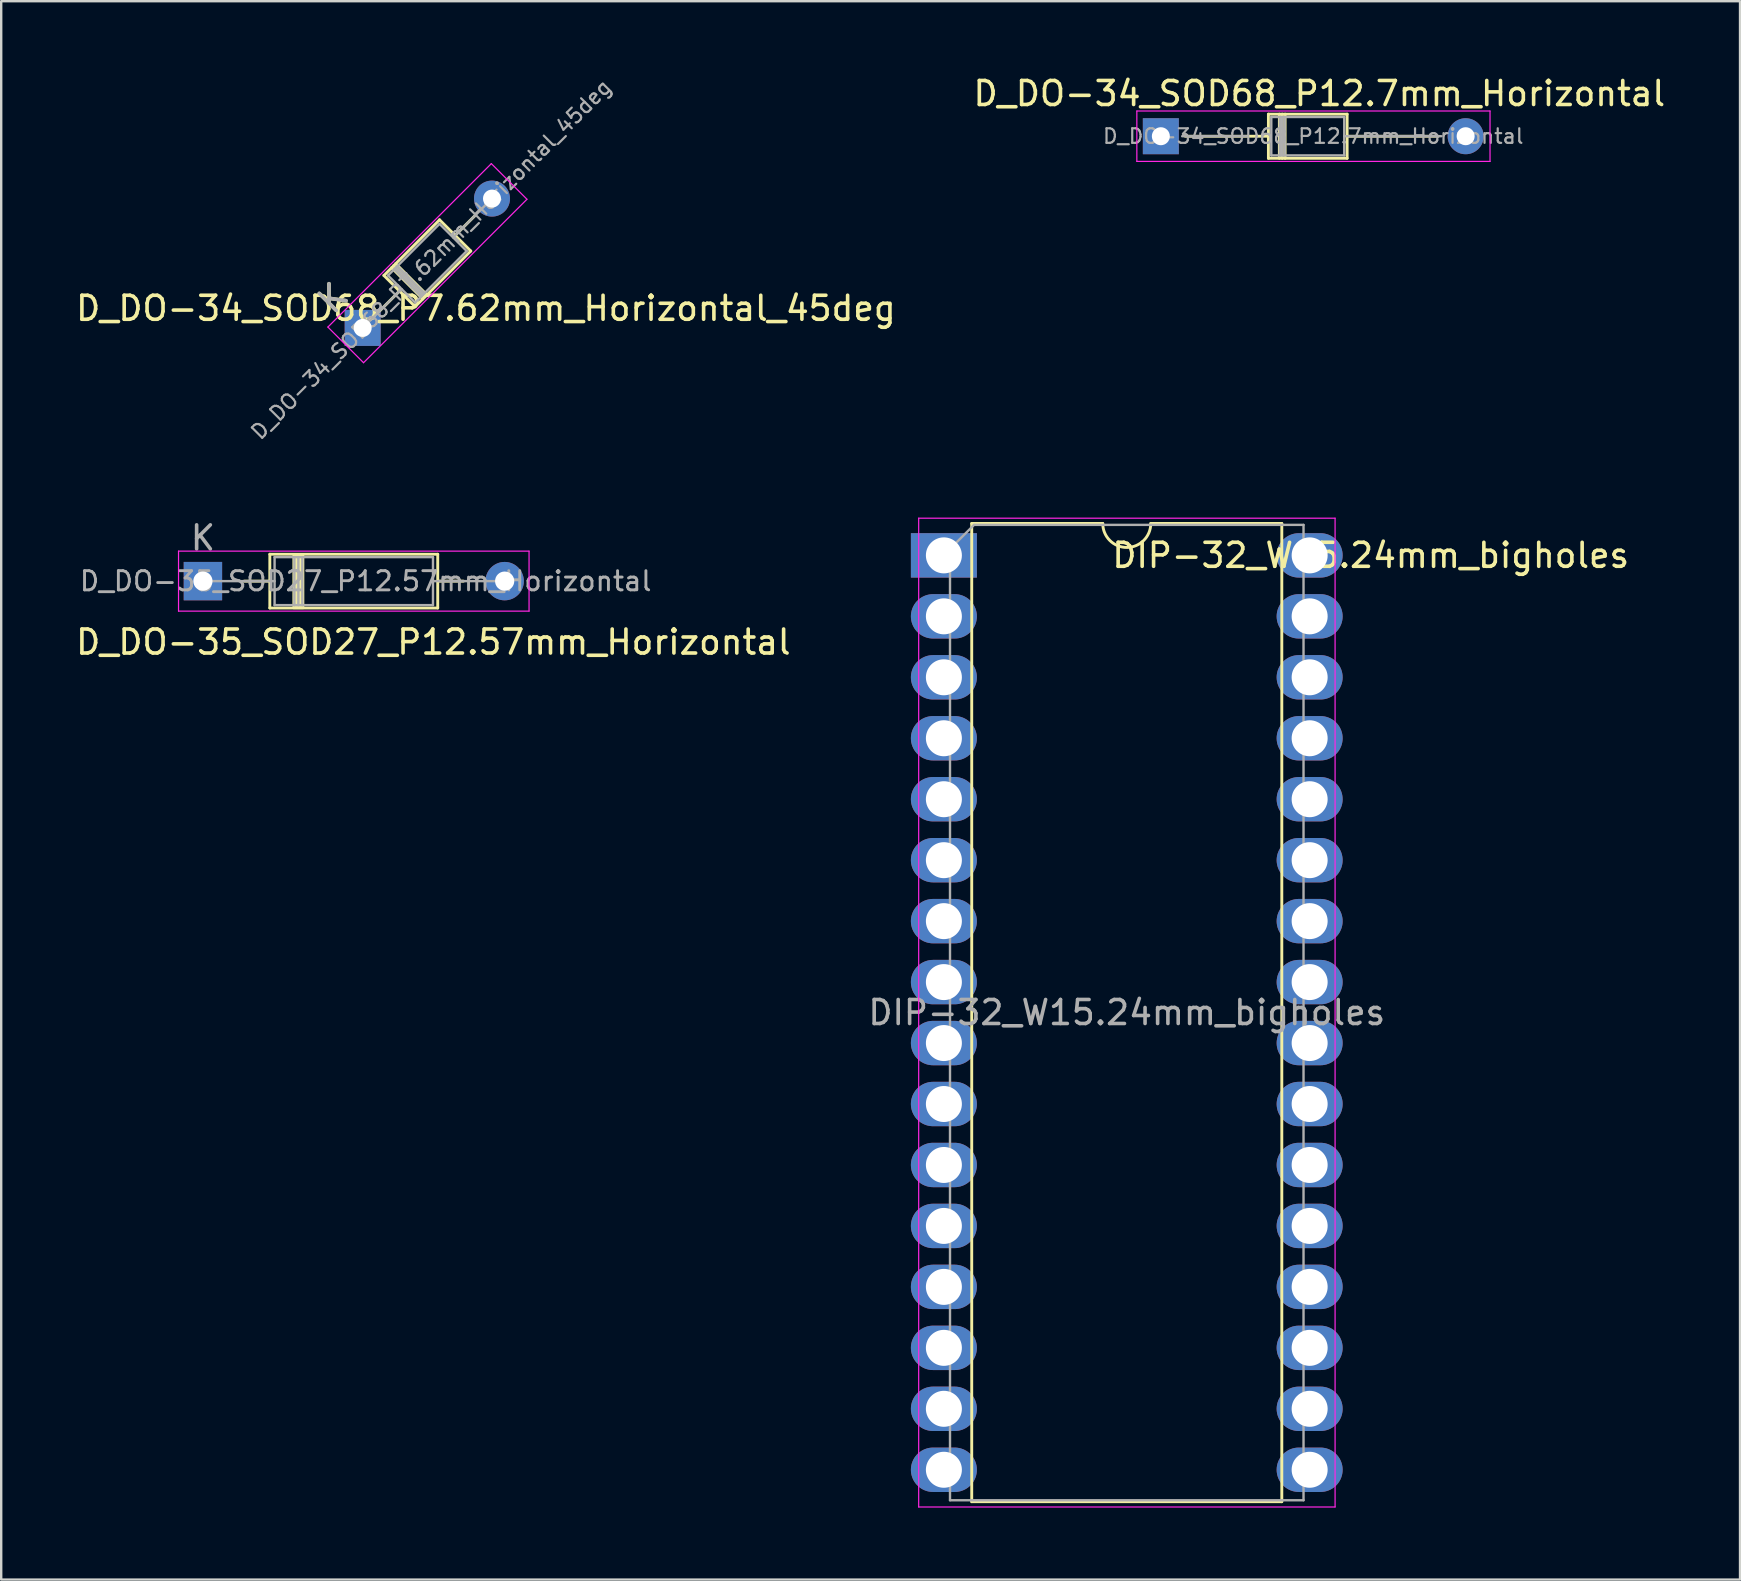
<source format=kicad_pcb>
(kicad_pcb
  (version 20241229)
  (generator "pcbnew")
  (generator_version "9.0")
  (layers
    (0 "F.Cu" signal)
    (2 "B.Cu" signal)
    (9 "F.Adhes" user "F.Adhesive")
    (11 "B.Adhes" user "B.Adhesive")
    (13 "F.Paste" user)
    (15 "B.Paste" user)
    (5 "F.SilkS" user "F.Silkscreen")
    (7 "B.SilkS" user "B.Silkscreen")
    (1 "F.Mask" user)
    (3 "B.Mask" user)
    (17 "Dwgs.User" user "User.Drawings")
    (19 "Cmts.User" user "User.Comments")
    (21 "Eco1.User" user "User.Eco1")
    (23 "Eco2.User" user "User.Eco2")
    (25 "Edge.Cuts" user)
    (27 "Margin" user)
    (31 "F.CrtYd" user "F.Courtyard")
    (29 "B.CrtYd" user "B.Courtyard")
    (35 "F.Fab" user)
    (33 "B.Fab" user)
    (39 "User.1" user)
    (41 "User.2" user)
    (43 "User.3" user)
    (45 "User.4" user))
  (footprint "D_DO-34_SOD68_P12.7mm_Horizontal"
    (layer "F.Cu")
    (at 45.319 2.626)
    (property "Reference" "D_DO-34_SOD68_P12.7mm_Horizontal" (at 6.604 -1.778 180) (layer "F.SilkS") (effects (font (size 1 1) (thickness 0.15))))
    (attr through_hole)
    (fp_line (start 1.016 0) (end 4.482 0) (stroke (width 0.12) (type solid)) (layer "F.SilkS"))
    (fp_line (start 4.482 -0.92) (end 4.482 0.92) (stroke (width 0.12) (type solid)) (layer "F.SilkS"))
    (fp_line (start 4.482 0.92) (end 7.762 0.92) (stroke (width 0.12) (type solid)) (layer "F.SilkS"))
    (fp_line (start 4.938 -0.92) (end 4.938 0.92) (stroke (width 0.12) (type solid)) (layer "F.SilkS"))
    (fp_line (start 5.058 -0.92) (end 5.058 0.92) (stroke (width 0.12) (type solid)) (layer "F.SilkS"))
    (fp_line (start 5.178 -0.92) (end 5.178 0.92) (stroke (width 0.12) (type solid)) (layer "F.SilkS"))
    (fp_line (start 7.762 -0.92) (end 4.482 -0.92) (stroke (width 0.12) (type solid)) (layer "F.SilkS"))
    (fp_line (start 7.762 0.92) (end 7.762 -0.92) (stroke (width 0.12) (type solid)) (layer "F.SilkS"))
    (fp_line (start 11.557 0) (end 7.762 0) (stroke (width 0.12) (type solid)) (layer "F.SilkS"))
    (fp_line (start -1 -1.05) (end -1 1.05) (stroke (width 0.05) (type solid)) (layer "F.CrtYd"))
    (fp_line (start -1 1.05) (end 13.716 1.05) (stroke (width 0.05) (type solid)) (layer "F.CrtYd"))
    (fp_line (start 13.716 -1.05) (end -1 -1.05) (stroke (width 0.05) (type solid)) (layer "F.CrtYd"))
    (fp_line (start 13.716 1.05) (end 13.716 -1.05) (stroke (width 0.05) (type solid)) (layer "F.CrtYd"))
    (fp_line (start 0.889 0) (end 3.56 0) (stroke (width 0.1) (type solid)) (layer "F.Fab"))
    (fp_line (start 4.602 -0.8) (end 4.602 0.8) (stroke (width 0.1) (type solid)) (layer "F.Fab"))
    (fp_line (start 4.602 0.8) (end 7.642 0.8) (stroke (width 0.1) (type solid)) (layer "F.Fab"))
    (fp_line (start 4.958 -0.8) (end 4.958 0.8) (stroke (width 0.1) (type solid)) (layer "F.Fab"))
    (fp_line (start 5.058 -0.8) (end 5.058 0.8) (stroke (width 0.1) (type solid)) (layer "F.Fab"))
    (fp_line (start 5.158 -0.8) (end 5.158 0.8) (stroke (width 0.1) (type solid)) (layer "F.Fab"))
    (fp_line (start 7.642 -0.8) (end 4.602 -0.8) (stroke (width 0.1) (type solid)) (layer "F.Fab"))
    (fp_line (start 7.642 0.8) (end 7.642 -0.8) (stroke (width 0.1) (type solid)) (layer "F.Fab"))
    (fp_line (start 11.684 0) (end 7.642 0) (stroke (width 0.1) (type solid)) (layer "F.Fab"))
    (fp_text user "${REFERENCE}" (at 6.35 0 180) (layer "F.Fab") (effects (font (size 0.608 0.608) (thickness 0.091))))
    (pad "1" thru_hole rect (at 0 0) (size 1.5 1.5) (drill 0.75) (layers "*.Cu" "*.Mask"))
    (pad "2" thru_hole oval (at 12.7 0) (size 1.5 1.5) (drill 0.75) (layers "*.Cu" "*.Mask")))
  (footprint "D_DO-35_SOD27_P12.57mm_Horizontal"
    (layer "F.Cu")
    (at 5.405 21.164)
    (property "Reference" "D_DO-35_SOD27_P12.57mm_Horizontal" (at 9.601 2.54 0) (layer "F.SilkS") (effects (font (size 1 1) (thickness 0.15))))
    (attr through_hole)
    (fp_line (start 1.716 0) (end 2.788 0) (stroke (width 0.12) (type solid)) (layer "F.SilkS"))
    (fp_line (start 2.788 -1.12) (end 2.788 1.12) (stroke (width 0.12) (type solid)) (layer "F.SilkS"))
    (fp_line (start 2.788 1.12) (end 9.784 1.12) (stroke (width 0.12) (type solid)) (layer "F.SilkS"))
    (fp_line (start 9.784 -1.12) (end 2.788 -1.12) (stroke (width 0.12) (type solid)) (layer "F.SilkS"))
    (fp_line (start 9.784 1.12) (end 9.784 -1.12) (stroke (width 0.12) (type solid)) (layer "F.SilkS"))
    (fp_line (start 10.857 0) (end 9.784 0) (stroke (width 0.12) (type solid)) (layer "F.SilkS"))
    (fp_rect (start 3.779 -1.12) (end 4.175 1.12) (stroke (width 0.1) (type solid)) (fill yes) (layer "F.SilkS"))
    (fp_line (start -1.016 -1.25) (end -1.016 1.25) (stroke (width 0.05) (type solid)) (layer "F.CrtYd"))
    (fp_line (start -1.016 1.25) (end 13.589 1.25) (stroke (width 0.05) (type solid)) (layer "F.CrtYd"))
    (fp_line (start 13.589 -1.25) (end -1.016 -1.25) (stroke (width 0.05) (type solid)) (layer "F.CrtYd"))
    (fp_line (start 13.589 1.25) (end 13.589 -1.25) (stroke (width 0.05) (type solid)) (layer "F.CrtYd"))
    (fp_line (start 0 0) (end 2.986 0) (stroke (width 0.1) (type solid)) (layer "F.Fab"))
    (fp_line (start 2.986 -1) (end 2.986 1) (stroke (width 0.1) (type solid)) (layer "F.Fab"))
    (fp_line (start 2.986 1) (end 9.586 1) (stroke (width 0.1) (type solid)) (layer "F.Fab"))
    (fp_line (start 3.812 -1) (end 3.812 1) (stroke (width 0.1) (type solid)) (layer "F.Fab"))
    (fp_line (start 3.977 -1) (end 3.977 1) (stroke (width 0.1) (type solid)) (layer "F.Fab"))
    (fp_line (start 4.141 -1) (end 4.141 1) (stroke (width 0.1) (type solid)) (layer "F.Fab"))
    (fp_line (start 9.586 -1) (end 2.986 -1) (stroke (width 0.1) (type solid)) (layer "F.Fab"))
    (fp_line (start 9.586 1) (end 9.586 -1) (stroke (width 0.1) (type solid)) (layer "F.Fab"))
    (fp_line (start 12.573 0) (end 9.586 0) (stroke (width 0.1) (type solid)) (layer "F.Fab"))
    (fp_text user "${REFERENCE}" (at 6.782 0 0) (layer "F.Fab") (effects (font (size 0.8 0.8) (thickness 0.12))))
    (fp_text user "K" (at 0 -1.8 0) (layer "F.Fab") (effects (font (size 1 1) (thickness 0.15))))
    (pad "1" thru_hole rect (at 0 0) (size 1.6 1.6) (drill 0.8) (layers "*.Cu" "*.Mask"))
    (pad "2" thru_hole oval (at 12.573 0) (size 1.6 1.6) (drill 0.8) (layers "*.Cu" "*.Mask")))
  (footprint "D_DO-34_SOD68_P7.62mm_Horizontal_45deg"
    (layer "F.Cu")
    (at 12.062 10.613)
    (property "Reference" "D_DO-34_SOD68_P7.62mm_Horizontal_45deg" (at 5.134 -0.816 0) (layer "F.SilkS") (effects (font (size 1 1) (thickness 0.15))))
    (attr through_hole)
    (fp_line (start 0.7 -0.7) (end 1.534 -1.534) (stroke (width 0.12) (type solid)) (layer "F.SilkS"))
    (fp_line (start 0.884 -2.185) (end 2.185 -0.884) (stroke (width 0.12) (type solid)) (layer "F.SilkS"))
    (fp_line (start 1.206 -2.507) (end 2.507 -1.206) (stroke (width 0.12) (type solid)) (layer "F.SilkS"))
    (fp_line (start 1.291 -2.592) (end 2.592 -1.291) (stroke (width 0.12) (type solid)) (layer "F.SilkS"))
    (fp_line (start 1.376 -2.677) (end 2.677 -1.376) (stroke (width 0.12) (type solid)) (layer "F.SilkS"))
    (fp_line (start 2.185 -0.884) (end 4.504 -3.203) (stroke (width 0.12) (type solid)) (layer "F.SilkS"))
    (fp_line (start 3.203 -4.504) (end 0.884 -2.185) (stroke (width 0.12) (type solid)) (layer "F.SilkS"))
    (fp_line (start 4.504 -3.203) (end 3.203 -4.504) (stroke (width 0.12) (type solid)) (layer "F.SilkS"))
    (fp_line (start 4.688 -4.688) (end 3.854 -3.854) (stroke (width 0.12) (type solid)) (layer "F.SilkS"))
    (fp_line (start -1.45 -0.035) (end 0.035 1.45) (stroke (width 0.05) (type solid)) (layer "F.CrtYd"))
    (fp_line (start 0.035 1.45) (end 6.845 -5.36) (stroke (width 0.05) (type solid)) (layer "F.CrtYd"))
    (fp_line (start 5.36 -6.845) (end -1.45 -0.035) (stroke (width 0.05) (type solid)) (layer "F.CrtYd"))
    (fp_line (start 6.845 -5.36) (end 5.36 -6.845) (stroke (width 0.05) (type solid)) (layer "F.CrtYd"))
    (fp_line (start 0 0) (end 1.619 -1.619) (stroke (width 0.1) (type solid)) (layer "F.Fab"))
    (fp_line (start 1.054 -2.185) (end 2.185 -1.054) (stroke (width 0.1) (type solid)) (layer "F.Fab"))
    (fp_line (start 1.305 -2.437) (end 2.437 -1.305) (stroke (width 0.1) (type solid)) (layer "F.Fab"))
    (fp_line (start 1.376 -2.507) (end 2.507 -1.376) (stroke (width 0.1) (type solid)) (layer "F.Fab"))
    (fp_line (start 1.447 -2.578) (end 2.578 -1.447) (stroke (width 0.1) (type solid)) (layer "F.Fab"))
    (fp_line (start 2.185 -1.054) (end 4.335 -3.203) (stroke (width 0.1) (type solid)) (layer "F.Fab"))
    (fp_line (start 3.203 -4.335) (end 1.054 -2.185) (stroke (width 0.1) (type solid)) (layer "F.Fab"))
    (fp_line (start 4.335 -3.203) (end 3.203 -4.335) (stroke (width 0.1) (type solid)) (layer "F.Fab"))
    (fp_line (start 5.388 -5.388) (end 3.769 -3.769) (stroke (width 0.1) (type solid)) (layer "F.Fab"))
    (fp_text user "K" (at -1.237 -1.237 45) (layer "F.SilkS") (effects (font (size 1 1) (thickness 0.15))))
    (fp_text user "${REFERENCE}" (at 2.855 -2.855 45) (layer "F.Fab") (effects (font (size 0.608 0.608) (thickness 0.091))))
    (fp_text user "K" (at -1.237 -1.237 45) (layer "F.Fab") (effects (font (size 1 1) (thickness 0.15))))
    (pad "1" thru_hole rect (at 0 0) (size 1.5 1.5) (drill 0.75) (layers "*.Cu" "*.Mask"))
    (pad "2" thru_hole oval (at 5.388 -5.388 45) (size 1.5 1.5) (drill 0.75) (layers "*.Cu" "*.Mask")))
  (footprint "DIP-32_W15.24mm_bigholes"
    (layer "F.Cu")
    (at 36.279 20.091)
    (property "Reference" "DIP-32_W15.24mm_bigholes" (at 17.785 0 0) (layer "F.SilkS") (effects (font (size 1 1) (thickness 0.15))))
    (attr through_hole)
    (fp_line (start 1.16 -1.33) (end 1.16 39.43) (stroke (width 0.12) (type solid)) (layer "F.SilkS"))
    (fp_line (start 1.16 39.43) (end 14.08 39.43) (stroke (width 0.12) (type solid)) (layer "F.SilkS"))
    (fp_line (start 6.62 -1.33) (end 1.16 -1.33) (stroke (width 0.12) (type solid)) (layer "F.SilkS"))
    (fp_line (start 14.08 -1.33) (end 8.62 -1.33) (stroke (width 0.12) (type solid)) (layer "F.SilkS"))
    (fp_line (start 14.08 39.43) (end 14.08 -1.33) (stroke (width 0.12) (type solid)) (layer "F.SilkS"))
    (fp_arc (start 8.62 -1.33) (mid 7.62 -0.33) (end 6.62 -1.33) (stroke (width 0.12) (type solid)) (layer "F.SilkS"))
    (fp_line (start -1.05 -1.55) (end -1.05 39.65) (stroke (width 0.05) (type solid)) (layer "F.CrtYd"))
    (fp_line (start -1.05 39.65) (end 16.3 39.65) (stroke (width 0.05) (type solid)) (layer "F.CrtYd"))
    (fp_line (start 16.3 -1.55) (end -1.05 -1.55) (stroke (width 0.05) (type solid)) (layer "F.CrtYd"))
    (fp_line (start 16.3 39.65) (end 16.3 -1.55) (stroke (width 0.05) (type solid)) (layer "F.CrtYd"))
    (fp_line (start 0.255 -0.27) (end 1.255 -1.27) (stroke (width 0.1) (type solid)) (layer "F.Fab"))
    (fp_line (start 0.255 39.37) (end 0.255 -0.27) (stroke (width 0.1) (type solid)) (layer "F.Fab"))
    (fp_line (start 1.255 -1.27) (end 14.985 -1.27) (stroke (width 0.1) (type solid)) (layer "F.Fab"))
    (fp_line (start 14.985 -1.27) (end 14.985 39.37) (stroke (width 0.1) (type solid)) (layer "F.Fab"))
    (fp_line (start 14.985 39.37) (end 0.255 39.37) (stroke (width 0.1) (type solid)) (layer "F.Fab"))
    (fp_text user "${REFERENCE}" (at 7.62 19.05 0) (layer "F.Fab") (effects (font (size 1 1) (thickness 0.15))))
    (pad "1" thru_hole rect (at 0 0) (size 2.75 1.85) (drill 1.5) (layers "*.Cu" "*.Mask"))
    (pad "2" thru_hole oval (at 0 2.54) (size 2.75 1.85) (drill 1.5) (layers "*.Cu" "*.Mask"))
    (pad "3" thru_hole oval (at 0 5.08) (size 2.75 1.85) (drill 1.5) (layers "*.Cu" "*.Mask"))
    (pad "4" thru_hole oval (at 0 7.62) (size 2.75 1.85) (drill 1.5) (layers "*.Cu" "*.Mask"))
    (pad "5" thru_hole oval (at 0 10.16) (size 2.75 1.85) (drill 1.5) (layers "*.Cu" "*.Mask"))
    (pad "6" thru_hole oval (at 0 12.7) (size 2.75 1.85) (drill 1.5) (layers "*.Cu" "*.Mask"))
    (pad "7" thru_hole oval (at 0 15.24) (size 2.75 1.85) (drill 1.5) (layers "*.Cu" "*.Mask"))
    (pad "8" thru_hole oval (at 0 17.78) (size 2.75 1.85) (drill 1.5) (layers "*.Cu" "*.Mask"))
    (pad "9" thru_hole oval (at 0 20.32) (size 2.75 1.85) (drill 1.5) (layers "*.Cu" "*.Mask"))
    (pad "10" thru_hole oval (at 0 22.86) (size 2.75 1.85) (drill 1.5) (layers "*.Cu" "*.Mask"))
    (pad "11" thru_hole oval (at 0 25.4) (size 2.75 1.85) (drill 1.5) (layers "*.Cu" "*.Mask"))
    (pad "12" thru_hole oval (at 0 27.94) (size 2.75 1.85) (drill 1.5) (layers "*.Cu" "*.Mask"))
    (pad "13" thru_hole oval (at 0 30.48) (size 2.75 1.85) (drill 1.5) (layers "*.Cu" "*.Mask"))
    (pad "14" thru_hole oval (at 0 33.02) (size 2.75 1.85) (drill 1.5) (layers "*.Cu" "*.Mask"))
    (pad "15" thru_hole oval (at 0 35.56) (size 2.75 1.85) (drill 1.5) (layers "*.Cu" "*.Mask"))
    (pad "16" thru_hole oval (at 0 38.1) (size 2.75 1.85) (drill 1.5) (layers "*.Cu" "*.Mask"))
    (pad "17" thru_hole oval (at 15.24 38.1) (size 2.75 1.85) (drill 1.5) (layers "*.Cu" "*.Mask"))
    (pad "18" thru_hole oval (at 15.24 35.56) (size 2.75 1.85) (drill 1.5) (layers "*.Cu" "*.Mask"))
    (pad "19" thru_hole oval (at 15.24 33.02) (size 2.75 1.85) (drill 1.5) (layers "*.Cu" "*.Mask"))
    (pad "20" thru_hole oval (at 15.24 30.48) (size 2.75 1.85) (drill 1.5) (layers "*.Cu" "*.Mask"))
    (pad "21" thru_hole oval (at 15.24 27.94) (size 2.75 1.85) (drill 1.5) (layers "*.Cu" "*.Mask"))
    (pad "22" thru_hole oval (at 15.24 25.4) (size 2.75 1.85) (drill 1.5) (layers "*.Cu" "*.Mask"))
    (pad "23" thru_hole oval (at 15.24 22.86) (size 2.75 1.85) (drill 1.5) (layers "*.Cu" "*.Mask"))
    (pad "24" thru_hole oval (at 15.24 20.32) (size 2.75 1.85) (drill 1.5) (layers "*.Cu" "*.Mask"))
    (pad "25" thru_hole oval (at 15.24 17.78) (size 2.75 1.85) (drill 1.5) (layers "*.Cu" "*.Mask"))
    (pad "26" thru_hole oval (at 15.24 15.24) (size 2.75 1.85) (drill 1.5) (layers "*.Cu" "*.Mask"))
    (pad "27" thru_hole oval (at 15.24 12.7) (size 2.75 1.85) (drill 1.5) (layers "*.Cu" "*.Mask"))
    (pad "28" thru_hole oval (at 15.24 10.16) (size 2.75 1.85) (drill 1.5) (layers "*.Cu" "*.Mask"))
    (pad "29" thru_hole oval (at 15.24 7.62) (size 2.75 1.85) (drill 1.5) (layers "*.Cu" "*.Mask"))
    (pad "30" thru_hole oval (at 15.24 5.08) (size 2.75 1.85) (drill 1.5) (layers "*.Cu" "*.Mask"))
    (pad "31" thru_hole oval (at 15.24 2.54) (size 2.75 1.85) (drill 1.5) (layers "*.Cu" "*.Mask"))
    (pad "32" thru_hole oval (at 15.24 0) (size 2.75 1.85) (drill 1.5) (layers "*.Cu" "*.Mask")))
  (gr_rect
    (start -3 -3)
    (end 69.452 62.766)
    (stroke (width 0.1) (type default))
    (fill no)
    (layer "Edge.Cuts")))
</source>
